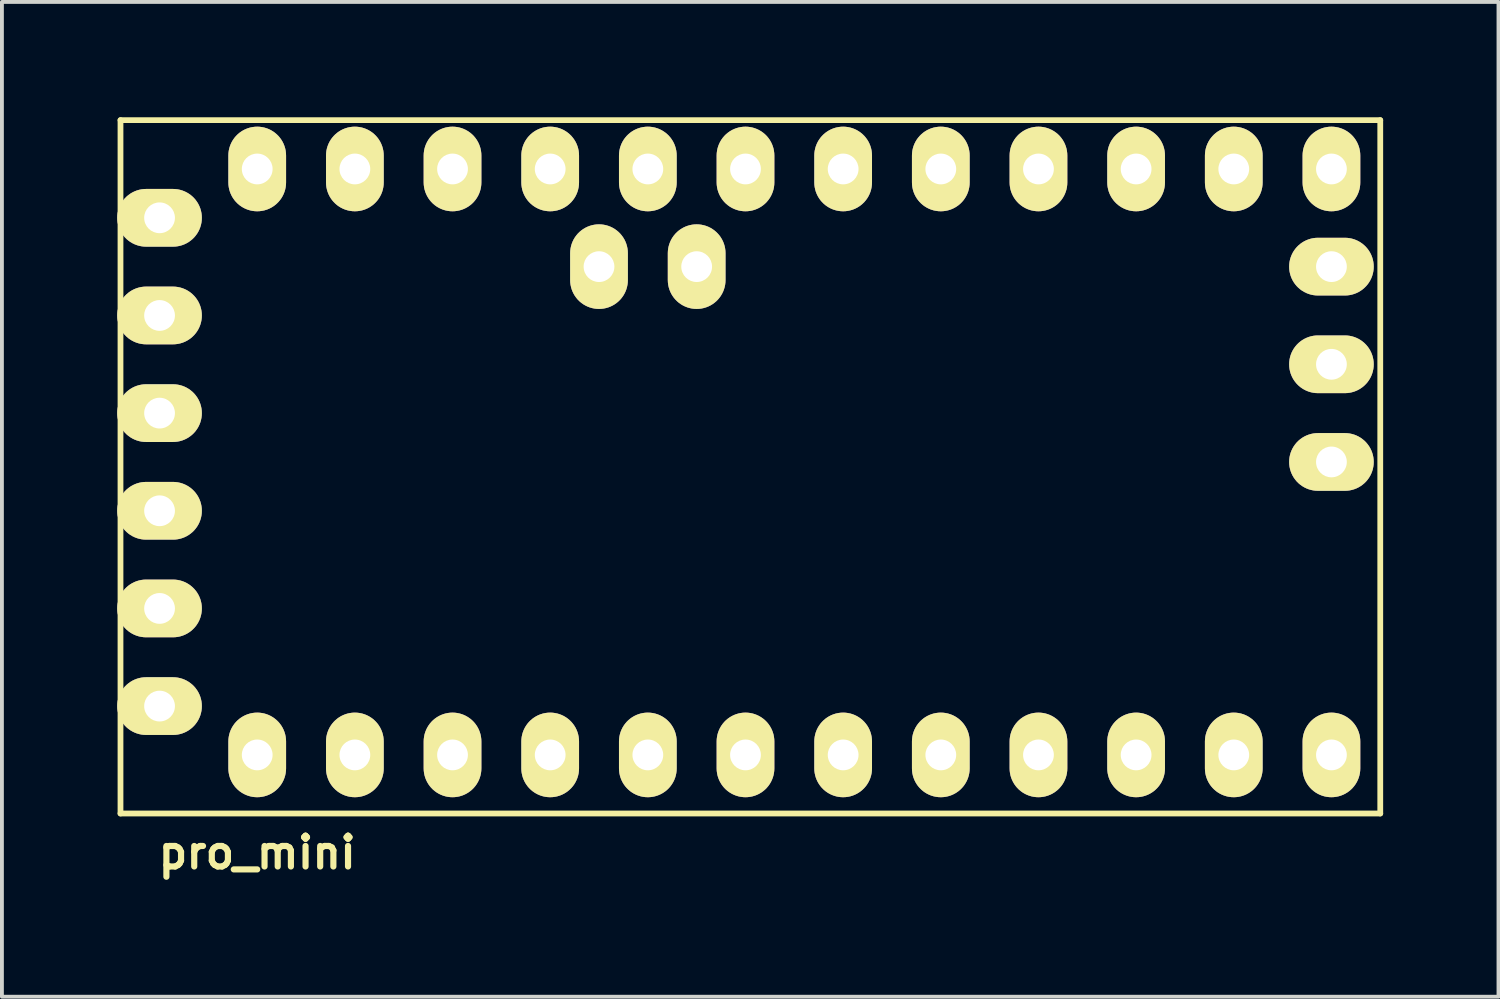
<source format=kicad_pcb>
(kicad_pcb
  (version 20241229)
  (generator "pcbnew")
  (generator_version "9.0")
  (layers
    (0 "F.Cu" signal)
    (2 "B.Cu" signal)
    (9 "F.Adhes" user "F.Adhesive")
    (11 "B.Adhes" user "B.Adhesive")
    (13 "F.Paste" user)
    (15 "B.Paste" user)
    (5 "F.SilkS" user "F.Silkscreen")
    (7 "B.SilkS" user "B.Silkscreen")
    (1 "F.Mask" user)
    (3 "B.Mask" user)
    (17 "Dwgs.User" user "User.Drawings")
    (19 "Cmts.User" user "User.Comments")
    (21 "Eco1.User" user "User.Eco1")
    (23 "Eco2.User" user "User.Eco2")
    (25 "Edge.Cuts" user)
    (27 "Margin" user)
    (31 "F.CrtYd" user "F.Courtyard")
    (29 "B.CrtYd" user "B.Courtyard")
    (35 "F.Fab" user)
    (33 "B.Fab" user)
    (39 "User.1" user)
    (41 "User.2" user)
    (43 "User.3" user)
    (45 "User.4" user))
  (footprint "pro_mini"
    (layer "F.Cu")
    (at 17.61 8.965)
    (property "Reference" "pro_mini" (at -13.97 10.16 0) (layer "F.SilkS") (effects (font (size 0.8 0.8) (thickness 0.16))))
    (attr through_hole)
    (fp_line (start -17.526 -8.89) (end -17.526 9.144) (stroke (width 0.15) (type solid)) (layer "F.SilkS"))
    (fp_line (start -17.526 -8.89) (end 15.24 -8.89) (stroke (width 0.15) (type solid)) (layer "F.SilkS"))
    (fp_line (start 15.24 9.144) (end -17.526 9.144) (stroke (width 0.15) (type solid)) (layer "F.SilkS"))
    (fp_line (start 15.24 9.144) (end 15.24 -8.89) (stroke (width 0.15) (type solid)) (layer "F.SilkS"))
    (pad "1" thru_hole oval (at -13.97 7.62) (size 1.501 2.2) (drill 0.8) (layers "*.Cu" "*.Mask" "F.SilkS"))
    (pad "2" thru_hole oval (at -11.43 7.62) (size 1.501 2.2) (drill 0.8) (layers "*.Cu" "*.Mask" "F.SilkS"))
    (pad "3" thru_hole oval (at -8.89 7.62) (size 1.501 2.2) (drill 0.8) (layers "*.Cu" "*.Mask" "F.SilkS"))
    (pad "4" thru_hole oval (at -6.35 7.62) (size 1.501 2.2) (drill 0.8) (layers "*.Cu" "*.Mask" "F.SilkS"))
    (pad "5" thru_hole oval (at -3.81 7.62) (size 1.501 2.2) (drill 0.8) (layers "*.Cu" "*.Mask" "F.SilkS"))
    (pad "6" thru_hole oval (at -1.27 7.62) (size 1.501 2.2) (drill 0.8) (layers "*.Cu" "*.Mask" "F.SilkS"))
    (pad "7" thru_hole oval (at 1.27 7.62) (size 1.501 2.2) (drill 0.8) (layers "*.Cu" "*.Mask" "F.SilkS"))
    (pad "8" thru_hole oval (at 3.81 7.62) (size 1.501 2.2) (drill 0.8) (layers "*.Cu" "*.Mask" "F.SilkS"))
    (pad "9" thru_hole oval (at 6.35 7.62) (size 1.501 2.2) (drill 0.8) (layers "*.Cu" "*.Mask" "F.SilkS"))
    (pad "10" thru_hole oval (at 8.89 7.62) (size 1.501 2.2) (drill 0.8) (layers "*.Cu" "*.Mask" "F.SilkS"))
    (pad "11" thru_hole oval (at 11.43 7.62) (size 1.501 2.2) (drill 0.8) (layers "*.Cu" "*.Mask" "F.SilkS"))
    (pad "12" thru_hole oval (at 13.97 7.62) (size 1.501 2.2) (drill 0.8) (layers "*.Cu" "*.Mask" "F.SilkS"))
    (pad "13" thru_hole oval (at 13.97 -7.62) (size 1.501 2.2) (drill 0.8) (layers "*.Cu" "*.Mask" "F.SilkS"))
    (pad "14" thru_hole oval (at 11.43 -7.62) (size 1.501 2.2) (drill 0.8) (layers "*.Cu" "*.Mask" "F.SilkS"))
    (pad "15" thru_hole oval (at 8.89 -7.62) (size 1.501 2.2) (drill 0.8) (layers "*.Cu" "*.Mask" "F.SilkS"))
    (pad "16" thru_hole oval (at 6.35 -7.62) (size 1.501 2.2) (drill 0.8) (layers "*.Cu" "*.Mask" "F.SilkS"))
    (pad "17" thru_hole oval (at 3.81 -7.62) (size 1.501 2.2) (drill 0.8) (layers "*.Cu" "*.Mask" "F.SilkS"))
    (pad "18" thru_hole oval (at 1.27 -7.62) (size 1.501 2.2) (drill 0.8) (layers "*.Cu" "*.Mask" "F.SilkS"))
    (pad "19" thru_hole oval (at -1.27 -7.62) (size 1.501 2.2) (drill 0.8) (layers "*.Cu" "*.Mask" "F.SilkS"))
    (pad "20" thru_hole oval (at -3.81 -7.62) (size 1.501 2.2) (drill 0.8) (layers "*.Cu" "*.Mask" "F.SilkS"))
    (pad "21" thru_hole oval (at -6.35 -7.62) (size 1.501 2.2) (drill 0.8) (layers "*.Cu" "*.Mask" "F.SilkS"))
    (pad "22" thru_hole oval (at -8.89 -7.62) (size 1.501 2.2) (drill 0.8) (layers "*.Cu" "*.Mask" "F.SilkS"))
    (pad "23" thru_hole oval (at -11.43 -7.62) (size 1.501 2.2) (drill 0.8) (layers "*.Cu" "*.Mask" "F.SilkS"))
    (pad "24" thru_hole oval (at -13.97 -7.62) (size 1.501 2.2) (drill 0.8) (layers "*.Cu" "*.Mask" "F.SilkS"))
    (pad "25" thru_hole oval (at -2.54 -5.08) (size 1.501 2.2) (drill 0.8) (layers "*.Cu" "*.Mask" "F.SilkS"))
    (pad "26" thru_hole oval (at -5.08 -5.08) (size 1.501 2.2) (drill 0.8) (layers "*.Cu" "*.Mask" "F.SilkS"))
    (pad "27" thru_hole oval (at 13.97 -5.08) (size 2.2 1.501) (drill 0.8) (layers "*.Cu" "*.Mask" "F.SilkS"))
    (pad "28" thru_hole oval (at 13.97 -2.54) (size 2.2 1.501) (drill 0.8) (layers "*.Cu" "*.Mask" "F.SilkS"))
    (pad "29" thru_hole oval (at -16.51 -6.35 90) (size 1.501 2.2) (drill 0.8) (layers "*.Cu" "*.Mask" "F.SilkS"))
    (pad "29" thru_hole oval (at 13.97 0) (size 2.2 1.501) (drill 0.8) (layers "*.Cu" "*.Mask" "F.SilkS"))
    (pad "30" thru_hole oval (at -16.51 -3.81 90) (size 1.501 2.2) (drill 0.8) (layers "*.Cu" "*.Mask" "F.SilkS"))
    (pad "31" thru_hole oval (at -16.51 -1.27 90) (size 1.501 2.2) (drill 0.8) (layers "*.Cu" "*.Mask" "F.SilkS"))
    (pad "32" thru_hole oval (at -16.51 1.27 90) (size 1.501 2.2) (drill 0.8) (layers "*.Cu" "*.Mask" "F.SilkS"))
    (pad "33" thru_hole oval (at -16.51 3.81 90) (size 1.501 2.2) (drill 0.8) (layers "*.Cu" "*.Mask" "F.SilkS"))
    (pad "34" thru_hole oval (at -16.51 6.35 90) (size 1.501 2.2) (drill 0.8) (layers "*.Cu" "*.Mask" "F.SilkS")))
  (gr_rect
    (start -3 -3)
    (end 35.925 22.874)
    (stroke (width 0.1) (type default))
    (fill no)
    (layer "Edge.Cuts")))
</source>
